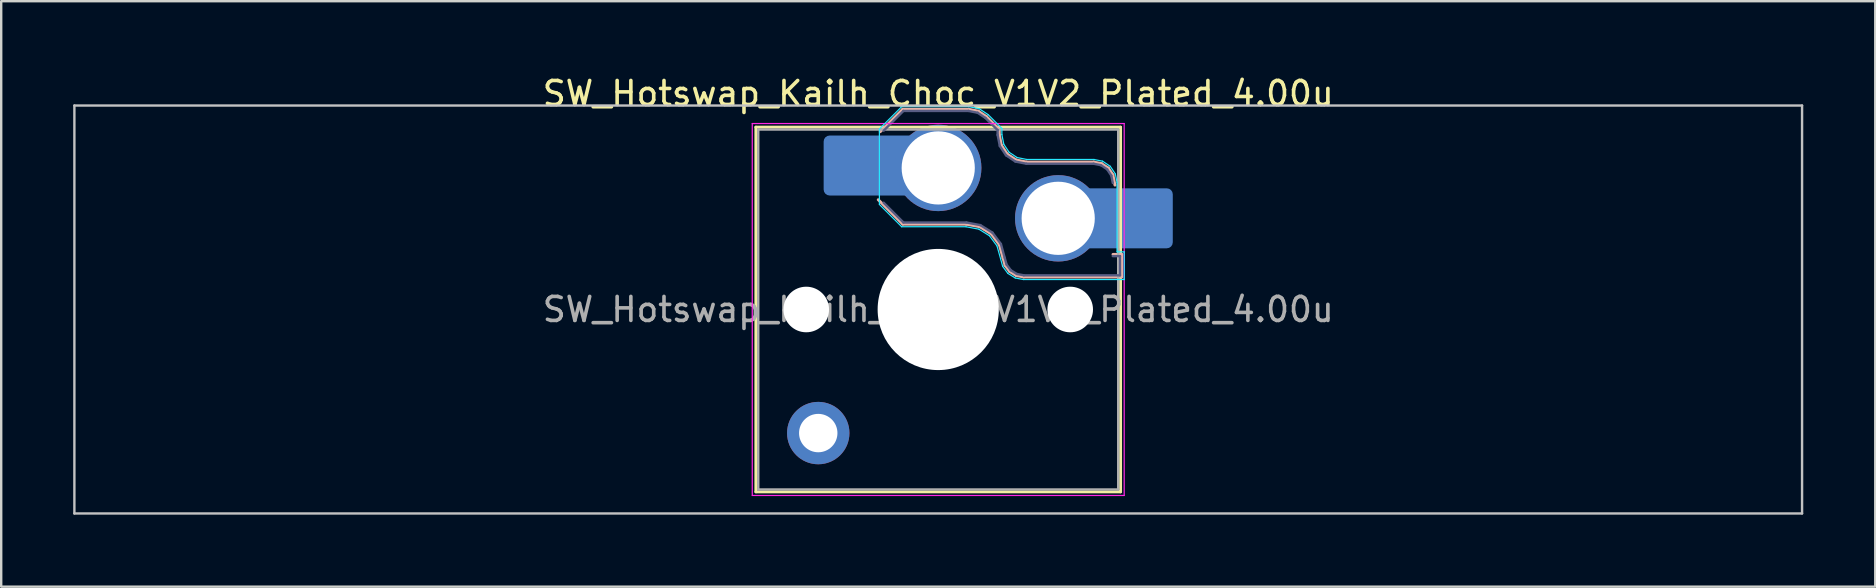
<source format=kicad_pcb>
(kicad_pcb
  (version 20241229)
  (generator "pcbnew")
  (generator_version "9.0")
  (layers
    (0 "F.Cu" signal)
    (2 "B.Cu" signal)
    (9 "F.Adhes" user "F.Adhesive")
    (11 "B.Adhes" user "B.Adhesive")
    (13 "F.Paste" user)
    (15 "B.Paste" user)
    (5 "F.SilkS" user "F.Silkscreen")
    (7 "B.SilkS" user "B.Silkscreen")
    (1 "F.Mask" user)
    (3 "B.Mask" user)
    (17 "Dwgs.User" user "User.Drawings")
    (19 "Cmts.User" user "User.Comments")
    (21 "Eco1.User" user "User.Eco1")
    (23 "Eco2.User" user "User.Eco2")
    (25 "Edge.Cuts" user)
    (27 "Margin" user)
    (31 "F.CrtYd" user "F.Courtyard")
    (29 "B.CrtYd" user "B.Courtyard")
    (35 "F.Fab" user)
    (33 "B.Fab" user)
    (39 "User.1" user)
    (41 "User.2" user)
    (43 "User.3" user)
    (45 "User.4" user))
  (footprint "SW_Hotswap_Kailh_Choc_V1V2_Plated_4.00u"
    (layer "F.Cu")
    (at 36.05 9.848)
    (property "Reference" "SW_Hotswap_Kailh_Choc_V1V2_Plated_4.00u" (at 0 -9 0) (layer "F.SilkS") (effects (font (size 1 1) (thickness 0.15))))
    (attr smd)
    (fp_line (start -7.6 -7.6) (end -7.6 7.6) (stroke (width 0.12) (type solid)) (layer "F.SilkS"))
    (fp_line (start -7.6 7.6) (end 7.6 7.6) (stroke (width 0.12) (type solid)) (layer "F.SilkS"))
    (fp_line (start 7.6 -7.6) (end -7.6 -7.6) (stroke (width 0.12) (type solid)) (layer "F.SilkS"))
    (fp_line (start 7.6 7.6) (end 7.6 -7.6) (stroke (width 0.12) (type solid)) (layer "F.SilkS"))
    (fp_line (start -2.416 -7.409) (end -1.479 -8.346) (stroke (width 0.12) (type solid)) (layer "B.SilkS"))
    (fp_line (start -1.479 -8.346) (end 1.268 -8.346) (stroke (width 0.12) (type solid)) (layer "B.SilkS"))
    (fp_line (start -1.479 -3.554) (end -2.5 -4.575) (stroke (width 0.12) (type solid)) (layer "B.SilkS"))
    (fp_line (start 1.168 -3.554) (end -1.479 -3.554) (stroke (width 0.12) (type solid)) (layer "B.SilkS"))
    (fp_line (start 1.268 -8.346) (end 1.671 -8.266) (stroke (width 0.12) (type solid)) (layer "B.SilkS"))
    (fp_line (start 1.671 -8.266) (end 2.013 -8.037) (stroke (width 0.12) (type solid)) (layer "B.SilkS"))
    (fp_line (start 1.73 -3.449) (end 1.168 -3.554) (stroke (width 0.12) (type solid)) (layer "B.SilkS"))
    (fp_line (start 2.013 -8.037) (end 2.546 -7.504) (stroke (width 0.12) (type solid)) (layer "B.SilkS"))
    (fp_line (start 2.209 -3.15) (end 1.73 -3.449) (stroke (width 0.12) (type solid)) (layer "B.SilkS"))
    (fp_line (start 2.546 -7.504) (end 2.546 -7.282) (stroke (width 0.12) (type solid)) (layer "B.SilkS"))
    (fp_line (start 2.546 -7.282) (end 2.633 -6.844) (stroke (width 0.12) (type solid)) (layer "B.SilkS"))
    (fp_line (start 2.547 -2.697) (end 2.209 -3.15) (stroke (width 0.12) (type solid)) (layer "B.SilkS"))
    (fp_line (start 2.633 -6.844) (end 2.877 -6.477) (stroke (width 0.12) (type solid)) (layer "B.SilkS"))
    (fp_line (start 2.701 -2.139) (end 2.547 -2.697) (stroke (width 0.12) (type solid)) (layer "B.SilkS"))
    (fp_line (start 2.783 -1.841) (end 2.701 -2.139) (stroke (width 0.12) (type solid)) (layer "B.SilkS"))
    (fp_line (start 2.877 -6.477) (end 3.244 -6.233) (stroke (width 0.12) (type solid)) (layer "B.SilkS"))
    (fp_line (start 2.976 -1.583) (end 2.783 -1.841) (stroke (width 0.12) (type solid)) (layer "B.SilkS"))
    (fp_line (start 3.244 -6.233) (end 3.682 -6.146) (stroke (width 0.12) (type solid)) (layer "B.SilkS"))
    (fp_line (start 3.25 -1.413) (end 2.976 -1.583) (stroke (width 0.12) (type solid)) (layer "B.SilkS"))
    (fp_line (start 3.56 -1.354) (end 3.25 -1.413) (stroke (width 0.12) (type solid)) (layer "B.SilkS"))
    (fp_line (start 3.682 -6.146) (end 6.482 -6.146) (stroke (width 0.12) (type solid)) (layer "B.SilkS"))
    (fp_line (start 6.482 -6.146) (end 6.809 -6.081) (stroke (width 0.12) (type solid)) (layer "B.SilkS"))
    (fp_line (start 6.809 -6.081) (end 7.092 -5.892) (stroke (width 0.12) (type solid)) (layer "B.SilkS"))
    (fp_line (start 7.092 -5.892) (end 7.281 -5.609) (stroke (width 0.12) (type solid)) (layer "B.SilkS"))
    (fp_line (start 7.281 -5.609) (end 7.366 -5.182) (stroke (width 0.12) (type solid)) (layer "B.SilkS"))
    (fp_line (start 7.283 -2.296) (end 7.646 -2.296) (stroke (width 0.12) (type solid)) (layer "B.SilkS"))
    (fp_line (start 7.646 -2.296) (end 7.646 -1.354) (stroke (width 0.12) (type solid)) (layer "B.SilkS"))
    (fp_line (start 7.646 -1.354) (end 3.56 -1.354) (stroke (width 0.12) (type solid)) (layer "B.SilkS"))
    (fp_line (start -36 -8.5) (end -36 8.5) (stroke (width 0.1) (type solid)) (layer "Dwgs.User"))
    (fp_line (start -36 8.5) (end 36 8.5) (stroke (width 0.1) (type solid)) (layer "Dwgs.User"))
    (fp_line (start 36 -8.5) (end -36 -8.5) (stroke (width 0.1) (type solid)) (layer "Dwgs.User"))
    (fp_line (start 36 8.5) (end 36 -8.5) (stroke (width 0.1) (type solid)) (layer "Dwgs.User"))
    (fp_line (start -7.25 -7.25) (end -7.25 7.25) (stroke (width 0.1) (type solid)) (layer "Eco1.User"))
    (fp_line (start -7.25 7.25) (end 7.25 7.25) (stroke (width 0.1) (type solid)) (layer "Eco1.User"))
    (fp_line (start 7.25 -7.25) (end -7.25 -7.25) (stroke (width 0.1) (type solid)) (layer "Eco1.User"))
    (fp_line (start 7.25 7.25) (end 7.25 -7.25) (stroke (width 0.1) (type solid)) (layer "Eco1.User"))
    (fp_line (start -2.452 -7.523) (end -1.523 -8.452) (stroke (width 0.05) (type solid)) (layer "B.CrtYd"))
    (fp_line (start -2.452 -4.377) (end -2.452 -7.523) (stroke (width 0.05) (type solid)) (layer "B.CrtYd"))
    (fp_line (start -1.523 -8.452) (end 1.278 -8.452) (stroke (width 0.05) (type solid)) (layer "B.CrtYd"))
    (fp_line (start -1.523 -3.448) (end -2.452 -4.377) (stroke (width 0.05) (type solid)) (layer "B.CrtYd"))
    (fp_line (start 1.159 -3.448) (end -1.523 -3.448) (stroke (width 0.05) (type solid)) (layer "B.CrtYd"))
    (fp_line (start 1.278 -8.452) (end 1.712 -8.366) (stroke (width 0.05) (type solid)) (layer "B.CrtYd"))
    (fp_line (start 1.691 -3.348) (end 1.159 -3.448) (stroke (width 0.05) (type solid)) (layer "B.CrtYd"))
    (fp_line (start 1.712 -8.366) (end 2.081 -8.119) (stroke (width 0.05) (type solid)) (layer "B.CrtYd"))
    (fp_line (start 2.081 -8.119) (end 2.652 -7.548) (stroke (width 0.05) (type solid)) (layer "B.CrtYd"))
    (fp_line (start 2.136 -3.071) (end 1.691 -3.348) (stroke (width 0.05) (type solid)) (layer "B.CrtYd"))
    (fp_line (start 2.45 -2.65) (end 2.136 -3.071) (stroke (width 0.05) (type solid)) (layer "B.CrtYd"))
    (fp_line (start 2.599 -2.111) (end 2.45 -2.65) (stroke (width 0.05) (type solid)) (layer "B.CrtYd"))
    (fp_line (start 2.652 -7.548) (end 2.652 -7.292) (stroke (width 0.05) (type solid)) (layer "B.CrtYd"))
    (fp_line (start 2.652 -7.292) (end 2.733 -6.885) (stroke (width 0.05) (type solid)) (layer "B.CrtYd"))
    (fp_line (start 2.687 -1.794) (end 2.599 -2.111) (stroke (width 0.05) (type solid)) (layer "B.CrtYd"))
    (fp_line (start 2.733 -6.885) (end 2.953 -6.553) (stroke (width 0.05) (type solid)) (layer "B.CrtYd"))
    (fp_line (start 2.903 -1.503) (end 2.687 -1.794) (stroke (width 0.05) (type solid)) (layer "B.CrtYd"))
    (fp_line (start 2.953 -6.553) (end 3.285 -6.333) (stroke (width 0.05) (type solid)) (layer "B.CrtYd"))
    (fp_line (start 3.211 -1.312) (end 2.903 -1.503) (stroke (width 0.05) (type solid)) (layer "B.CrtYd"))
    (fp_line (start 3.285 -6.333) (end 3.692 -6.252) (stroke (width 0.05) (type solid)) (layer "B.CrtYd"))
    (fp_line (start 3.55 -1.248) (end 3.211 -1.312) (stroke (width 0.05) (type solid)) (layer "B.CrtYd"))
    (fp_line (start 3.692 -6.252) (end 6.492 -6.252) (stroke (width 0.05) (type solid)) (layer "B.CrtYd"))
    (fp_line (start 6.492 -6.252) (end 6.85 -6.181) (stroke (width 0.05) (type solid)) (layer "B.CrtYd"))
    (fp_line (start 6.85 -6.181) (end 7.168 -5.968) (stroke (width 0.05) (type solid)) (layer "B.CrtYd"))
    (fp_line (start 7.168 -5.968) (end 7.381 -5.65) (stroke (width 0.05) (type solid)) (layer "B.CrtYd"))
    (fp_line (start 7.381 -5.65) (end 7.452 -5.292) (stroke (width 0.05) (type solid)) (layer "B.CrtYd"))
    (fp_line (start 7.452 -5.292) (end 7.452 -2.402) (stroke (width 0.05) (type solid)) (layer "B.CrtYd"))
    (fp_line (start 7.452 -2.402) (end 7.752 -2.402) (stroke (width 0.05) (type solid)) (layer "B.CrtYd"))
    (fp_line (start 7.752 -2.402) (end 7.752 -1.248) (stroke (width 0.05) (type solid)) (layer "B.CrtYd"))
    (fp_line (start 7.752 -1.248) (end 3.55 -1.248) (stroke (width 0.05) (type solid)) (layer "B.CrtYd"))
    (fp_line (start -7.75 -7.75) (end -7.75 7.75) (stroke (width 0.05) (type solid)) (layer "F.CrtYd"))
    (fp_line (start -7.75 7.75) (end 7.75 7.75) (stroke (width 0.05) (type solid)) (layer "F.CrtYd"))
    (fp_line (start 7.75 -7.75) (end -7.75 -7.75) (stroke (width 0.05) (type solid)) (layer "F.CrtYd"))
    (fp_line (start 7.75 7.75) (end 7.75 -7.75) (stroke (width 0.05) (type solid)) (layer "F.CrtYd"))
    (fp_line (start -2.275 -7.45) (end -1.45 -8.275) (stroke (width 0.1) (type solid)) (layer "B.Fab"))
    (fp_line (start -1.45 -8.275) (end 1.261 -8.275) (stroke (width 0.1) (type solid)) (layer "B.Fab"))
    (fp_line (start -1.45 -3.625) (end -2.275 -4.45) (stroke (width 0.1) (type solid)) (layer "B.Fab"))
    (fp_line (start 1.175 -3.625) (end -1.45 -3.625) (stroke (width 0.1) (type solid)) (layer "B.Fab"))
    (fp_line (start 1.261 -8.275) (end 1.643 -8.199) (stroke (width 0.1) (type solid)) (layer "B.Fab"))
    (fp_line (start 1.643 -8.199) (end 1.968 -7.982) (stroke (width 0.1) (type solid)) (layer "B.Fab"))
    (fp_line (start 1.756 -3.516) (end 1.175 -3.625) (stroke (width 0.1) (type solid)) (layer "B.Fab"))
    (fp_line (start 1.968 -7.982) (end 2.475 -7.475) (stroke (width 0.1) (type solid)) (layer "B.Fab"))
    (fp_line (start 2.258 -3.203) (end 1.756 -3.516) (stroke (width 0.1) (type solid)) (layer "B.Fab"))
    (fp_line (start 2.475 -7.475) (end 2.475 -7.275) (stroke (width 0.1) (type solid)) (layer "B.Fab"))
    (fp_line (start 2.475 -7.275) (end 2.566 -6.816) (stroke (width 0.1) (type solid)) (layer "B.Fab"))
    (fp_line (start 2.566 -6.816) (end 2.826 -6.426) (stroke (width 0.1) (type solid)) (layer "B.Fab"))
    (fp_line (start 2.612 -2.729) (end 2.258 -3.203) (stroke (width 0.1) (type solid)) (layer "B.Fab"))
    (fp_line (start 2.769 -2.158) (end 2.612 -2.729) (stroke (width 0.1) (type solid)) (layer "B.Fab"))
    (fp_line (start 2.826 -6.426) (end 3.216 -6.166) (stroke (width 0.1) (type solid)) (layer "B.Fab"))
    (fp_line (start 2.848 -1.873) (end 2.769 -2.158) (stroke (width 0.1) (type solid)) (layer "B.Fab"))
    (fp_line (start 3.025 -1.636) (end 2.848 -1.873) (stroke (width 0.1) (type solid)) (layer "B.Fab"))
    (fp_line (start 3.216 -6.166) (end 3.675 -6.075) (stroke (width 0.1) (type solid)) (layer "B.Fab"))
    (fp_line (start 3.276 -1.48) (end 3.025 -1.636) (stroke (width 0.1) (type solid)) (layer "B.Fab"))
    (fp_line (start 3.567 -1.425) (end 3.276 -1.48) (stroke (width 0.1) (type solid)) (layer "B.Fab"))
    (fp_line (start 3.675 -6.075) (end 6.475 -6.075) (stroke (width 0.1) (type solid)) (layer "B.Fab"))
    (fp_line (start 6.475 -6.075) (end 6.781 -6.014) (stroke (width 0.1) (type solid)) (layer "B.Fab"))
    (fp_line (start 6.781 -6.014) (end 7.041 -5.841) (stroke (width 0.1) (type solid)) (layer "B.Fab"))
    (fp_line (start 7.041 -5.841) (end 7.214 -5.581) (stroke (width 0.1) (type solid)) (layer "B.Fab"))
    (fp_line (start 7.214 -5.581) (end 7.275 -5.275) (stroke (width 0.1) (type solid)) (layer "B.Fab"))
    (fp_line (start 7.275 -2.225) (end 7.575 -2.225) (stroke (width 0.1) (type solid)) (layer "B.Fab"))
    (fp_line (start 7.575 -2.225) (end 7.575 -1.425) (stroke (width 0.1) (type solid)) (layer "B.Fab"))
    (fp_line (start 7.575 -1.425) (end 3.567 -1.425) (stroke (width 0.1) (type solid)) (layer "B.Fab"))
    (fp_line (start -7.5 -7.5) (end -7.5 7.5) (stroke (width 0.1) (type solid)) (layer "F.Fab"))
    (fp_line (start -7.5 7.5) (end 7.5 7.5) (stroke (width 0.1) (type solid)) (layer "F.Fab"))
    (fp_line (start 7.5 -7.5) (end -7.5 -7.5) (stroke (width 0.1) (type solid)) (layer "F.Fab"))
    (fp_line (start 7.5 7.5) (end 7.5 -7.5) (stroke (width 0.1) (type solid)) (layer "F.Fab"))
    (fp_text user "${REFERENCE}" (at 0 0 0) (layer "F.Fab") (effects (font (size 1 1) (thickness 0.15))))
    (pad "" np_thru_hole circle (at -5.5 0) (size 1.9 1.9) (drill 1.9) (layers "*.Cu" "*.Mask"))
    (pad "" thru_hole circle (at -5 5.15) (size 2.6 2.6) (drill 1.6) (layers "*.Cu" "*.Mask"))
    (pad "" smd roundrect (at -3.5 -6) (size 2.55 2.5) (layers "B.Mask" "B.Paste") (roundrect_rratio 0.1))
    (pad "" np_thru_hole circle (at 0 0) (size 5.05 5.05) (drill 5.05) (layers "*.Cu" "*.Mask"))
    (pad "" np_thru_hole circle (at 5.5 0) (size 1.9 1.9) (drill 1.9) (layers "*.Cu" "*.Mask"))
    (pad "" smd roundrect (at 8.5 -3.8) (size 2.55 2.5) (layers "B.Mask" "B.Paste") (roundrect_rratio 0.1))
    (pad "1" smd roundrect (at -2.85 -6) (size 3.85 2.5) (layers "B.Cu") (roundrect_rratio 0.1))
    (pad "1" thru_hole circle (at 0 -5.9) (size 3.6 3.6) (drill 3.05) (layers "*.Cu" "*.Mask"))
    (pad "2" thru_hole circle (at 5 -3.8) (size 3.6 3.6) (drill 3.05) (layers "*.Cu" "*.Mask"))
    (pad "2" smd roundrect (at 7.85 -3.8) (size 3.85 2.5) (layers "B.Cu") (roundrect_rratio 0.1)))
  (gr_rect
    (start -3 -3)
    (end 75.1 21.398)
    (stroke (width 0.1) (type default))
    (fill no)
    (layer "Edge.Cuts")))
</source>
